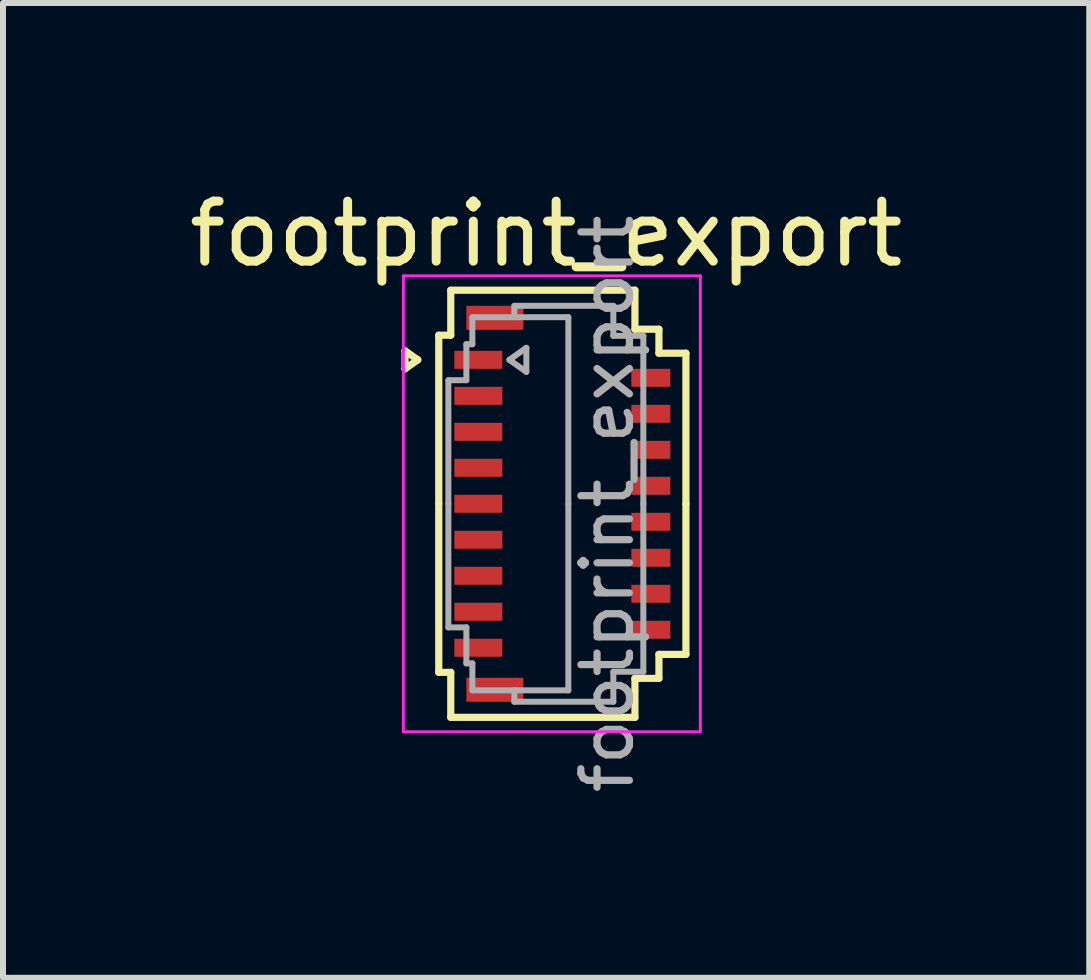
<source format=kicad_pcb>
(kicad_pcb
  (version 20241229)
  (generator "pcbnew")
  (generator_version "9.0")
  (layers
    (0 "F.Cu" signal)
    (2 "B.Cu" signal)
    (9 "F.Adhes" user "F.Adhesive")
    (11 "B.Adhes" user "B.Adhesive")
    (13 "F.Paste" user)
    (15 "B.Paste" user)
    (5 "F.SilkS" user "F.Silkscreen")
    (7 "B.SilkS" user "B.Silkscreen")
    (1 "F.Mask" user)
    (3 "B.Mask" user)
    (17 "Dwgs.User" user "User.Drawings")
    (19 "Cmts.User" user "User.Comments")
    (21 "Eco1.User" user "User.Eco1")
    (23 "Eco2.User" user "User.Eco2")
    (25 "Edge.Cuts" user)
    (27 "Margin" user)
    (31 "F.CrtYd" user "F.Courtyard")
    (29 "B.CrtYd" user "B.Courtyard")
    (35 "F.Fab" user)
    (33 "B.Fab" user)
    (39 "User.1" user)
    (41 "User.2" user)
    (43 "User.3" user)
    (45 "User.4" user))
  (footprint "footprint_export"
    (layer "F.Cu")
    (at 6.324 5.348)
    (property "Reference" "footprint_export" (at -0.27 -4.5 0) (layer "F.SilkS") (effects (font (size 1 1) (thickness 0.15))))
    (attr smd)
    (fp_line (start -2.622 -2.55) (end -2.41 -2.4) (stroke (width 0.12) (type solid)) (layer "F.SilkS"))
    (fp_line (start -2.622 -2.25) (end -2.622 -2.55) (stroke (width 0.12) (type solid)) (layer "F.SilkS"))
    (fp_line (start -2.41 -2.4) (end -2.622 -2.25) (stroke (width 0.12) (type solid)) (layer "F.SilkS"))
    (fp_line (start -2.06 -2.81) (end -2.06 0) (stroke (width 0.12) (type solid)) (layer "F.SilkS"))
    (fp_line (start -2.06 2.81) (end -2.06 0) (stroke (width 0.12) (type solid)) (layer "F.SilkS"))
    (fp_line (start -1.86 -3.56) (end -1.86 -2.81) (stroke (width 0.12) (type solid)) (layer "F.SilkS"))
    (fp_line (start -1.86 -2.81) (end -2.06 -2.81) (stroke (width 0.12) (type solid)) (layer "F.SilkS"))
    (fp_line (start -1.86 2.81) (end -2.06 2.81) (stroke (width 0.12) (type solid)) (layer "F.SilkS"))
    (fp_line (start -1.86 3.56) (end -1.86 2.81) (stroke (width 0.12) (type solid)) (layer "F.SilkS"))
    (fp_line (start 1.21 -3.56) (end -1.86 -3.56) (stroke (width 0.12) (type solid)) (layer "F.SilkS"))
    (fp_line (start 1.21 -2.91) (end 1.21 -3.56) (stroke (width 0.12) (type solid)) (layer "F.SilkS"))
    (fp_line (start 1.21 2.91) (end 1.21 3.56) (stroke (width 0.12) (type solid)) (layer "F.SilkS"))
    (fp_line (start 1.21 3.56) (end -1.86 3.56) (stroke (width 0.12) (type solid)) (layer "F.SilkS"))
    (fp_line (start 1.61 -2.91) (end 1.21 -2.91) (stroke (width 0.12) (type solid)) (layer "F.SilkS"))
    (fp_line (start 1.61 -2.51) (end 1.61 -2.91) (stroke (width 0.12) (type solid)) (layer "F.SilkS"))
    (fp_line (start 1.61 2.51) (end 1.61 2.91) (stroke (width 0.12) (type solid)) (layer "F.SilkS"))
    (fp_line (start 1.61 2.91) (end 1.21 2.91) (stroke (width 0.12) (type solid)) (layer "F.SilkS"))
    (fp_line (start 2.06 -2.51) (end 1.61 -2.51) (stroke (width 0.12) (type solid)) (layer "F.SilkS"))
    (fp_line (start 2.06 0) (end 2.06 -2.51) (stroke (width 0.12) (type solid)) (layer "F.SilkS"))
    (fp_line (start 2.06 0) (end 2.06 2.51) (stroke (width 0.12) (type solid)) (layer "F.SilkS"))
    (fp_line (start 2.06 2.51) (end 1.61 2.51) (stroke (width 0.12) (type solid)) (layer "F.SilkS"))
    (fp_line (start -2.65 -3.8) (end -2.65 3.8) (stroke (width 0.05) (type solid)) (layer "F.CrtYd"))
    (fp_line (start -2.65 3.8) (end 2.3 3.8) (stroke (width 0.05) (type solid)) (layer "F.CrtYd"))
    (fp_line (start 2.3 -3.8) (end -2.65 -3.8) (stroke (width 0.05) (type solid)) (layer "F.CrtYd"))
    (fp_line (start 2.3 3.8) (end 2.3 -3.8) (stroke (width 0.05) (type solid)) (layer "F.CrtYd"))
    (fp_line (start -1.9 -2.06) (end -1.6 -2.06) (stroke (width 0.1) (type solid)) (layer "F.Fab"))
    (fp_line (start -1.9 0) (end -1.9 -2.06) (stroke (width 0.1) (type solid)) (layer "F.Fab"))
    (fp_line (start -1.9 0) (end -1.9 2.06) (stroke (width 0.1) (type solid)) (layer "F.Fab"))
    (fp_line (start -1.9 2.06) (end -1.6 2.06) (stroke (width 0.1) (type solid)) (layer "F.Fab"))
    (fp_line (start -1.6 -2.66) (end -1.5 -2.66) (stroke (width 0.1) (type solid)) (layer "F.Fab"))
    (fp_line (start -1.6 -2.06) (end -1.6 -2.66) (stroke (width 0.1) (type solid)) (layer "F.Fab"))
    (fp_line (start -1.6 2.06) (end -1.6 2.66) (stroke (width 0.1) (type solid)) (layer "F.Fab"))
    (fp_line (start -1.6 2.66) (end -1.5 2.66) (stroke (width 0.1) (type solid)) (layer "F.Fab"))
    (fp_line (start -1.5 -3.11) (end -0.8 -3.11) (stroke (width 0.1) (type solid)) (layer "F.Fab"))
    (fp_line (start -1.5 -2.66) (end -1.5 -3.11) (stroke (width 0.1) (type solid)) (layer "F.Fab"))
    (fp_line (start -1.5 2.66) (end -1.5 3.11) (stroke (width 0.1) (type solid)) (layer "F.Fab"))
    (fp_line (start -1.5 3.11) (end -0.8 3.11) (stroke (width 0.1) (type solid)) (layer "F.Fab"))
    (fp_line (start -0.883 -2.4) (end -0.6 -2.2) (stroke (width 0.1) (type solid)) (layer "F.Fab"))
    (fp_line (start -0.8 -3.3) (end 0.85 -3.3) (stroke (width 0.1) (type solid)) (layer "F.Fab"))
    (fp_line (start -0.8 -3.11) (end -0.8 -3.3) (stroke (width 0.1) (type solid)) (layer "F.Fab"))
    (fp_line (start -0.8 3.11) (end -0.8 3.3) (stroke (width 0.1) (type solid)) (layer "F.Fab"))
    (fp_line (start -0.8 3.3) (end 0.85 3.3) (stroke (width 0.1) (type solid)) (layer "F.Fab"))
    (fp_line (start -0.6 -2.6) (end -0.883 -2.4) (stroke (width 0.1) (type solid)) (layer "F.Fab"))
    (fp_line (start -0.6 -2.2) (end -0.6 -2.6) (stroke (width 0.1) (type solid)) (layer "F.Fab"))
    (fp_line (start 0.1 -3.11) (end -0.8 -3.11) (stroke (width 0.1) (type solid)) (layer "F.Fab"))
    (fp_line (start 0.1 0) (end 0.1 -3.11) (stroke (width 0.1) (type solid)) (layer "F.Fab"))
    (fp_line (start 0.1 0) (end 0.1 3.11) (stroke (width 0.1) (type solid)) (layer "F.Fab"))
    (fp_line (start 0.1 3.11) (end -0.8 3.11) (stroke (width 0.1) (type solid)) (layer "F.Fab"))
    (fp_line (start 0.85 -3.3) (end 0.85 -2.8) (stroke (width 0.1) (type solid)) (layer "F.Fab"))
    (fp_line (start 0.85 -2.8) (end 1.35 -2.8) (stroke (width 0.1) (type solid)) (layer "F.Fab"))
    (fp_line (start 0.85 2.8) (end 1.35 2.8) (stroke (width 0.1) (type solid)) (layer "F.Fab"))
    (fp_line (start 0.85 3.3) (end 0.85 2.8) (stroke (width 0.1) (type solid)) (layer "F.Fab"))
    (fp_line (start 1.35 -2.8) (end 1.35 0) (stroke (width 0.1) (type solid)) (layer "F.Fab"))
    (fp_line (start 1.35 2.8) (end 1.35 0) (stroke (width 0.1) (type solid)) (layer "F.Fab"))
    (fp_text user "${REFERENCE}" (at 0.75 0 90) (layer "F.Fab") (effects (font (size 0.81 0.81) (thickness 0.12))))
    (pad "1" smd rect (at -1.4 -2.4) (size 0.8 0.3) (layers "F.Cu" "F.Mask" "F.Paste"))
    (pad "2" smd rect (at 1.475 -2.1) (size 0.65 0.3) (layers "F.Cu" "F.Mask" "F.Paste"))
    (pad "3" smd rect (at -1.4 -1.8) (size 0.8 0.3) (layers "F.Cu" "F.Mask" "F.Paste"))
    (pad "4" smd rect (at 1.475 -1.5) (size 0.65 0.3) (layers "F.Cu" "F.Mask" "F.Paste"))
    (pad "5" smd rect (at -1.4 -1.2) (size 0.8 0.3) (layers "F.Cu" "F.Mask" "F.Paste"))
    (pad "6" smd rect (at 1.475 -0.9) (size 0.65 0.3) (layers "F.Cu" "F.Mask" "F.Paste"))
    (pad "7" smd rect (at -1.4 -0.6) (size 0.8 0.3) (layers "F.Cu" "F.Mask" "F.Paste"))
    (pad "8" smd rect (at 1.475 -0.3) (size 0.65 0.3) (layers "F.Cu" "F.Mask" "F.Paste"))
    (pad "9" smd rect (at -1.4 0) (size 0.8 0.3) (layers "F.Cu" "F.Mask" "F.Paste"))
    (pad "10" smd rect (at 1.475 0.3) (size 0.65 0.3) (layers "F.Cu" "F.Mask" "F.Paste"))
    (pad "11" smd rect (at -1.4 0.6) (size 0.8 0.3) (layers "F.Cu" "F.Mask" "F.Paste"))
    (pad "12" smd rect (at 1.475 0.9) (size 0.65 0.3) (layers "F.Cu" "F.Mask" "F.Paste"))
    (pad "13" smd rect (at -1.4 1.2) (size 0.8 0.3) (layers "F.Cu" "F.Mask" "F.Paste"))
    (pad "14" smd rect (at 1.475 1.5) (size 0.65 0.3) (layers "F.Cu" "F.Mask" "F.Paste"))
    (pad "15" smd rect (at -1.4 1.8) (size 0.8 0.3) (layers "F.Cu" "F.Mask" "F.Paste"))
    (pad "16" smd rect (at 1.475 2.1) (size 0.65 0.3) (layers "F.Cu" "F.Mask" "F.Paste"))
    (pad "17" smd rect (at -1.4 2.4) (size 0.8 0.3) (layers "F.Cu" "F.Mask" "F.Paste"))
    (pad "MP" smd rect (at -1.125 -3.1) (size 0.95 0.4) (layers "F.Cu" "F.Mask" "F.Paste"))
    (pad "MP" smd rect (at -1.125 3.1) (size 0.95 0.4) (layers "F.Cu" "F.Mask" "F.Paste")))
  (gr_rect
    (start -3 -3)
    (end 15.107 13.249)
    (stroke (width 0.1) (type default))
    (fill no)
    (layer "Edge.Cuts")))
</source>
